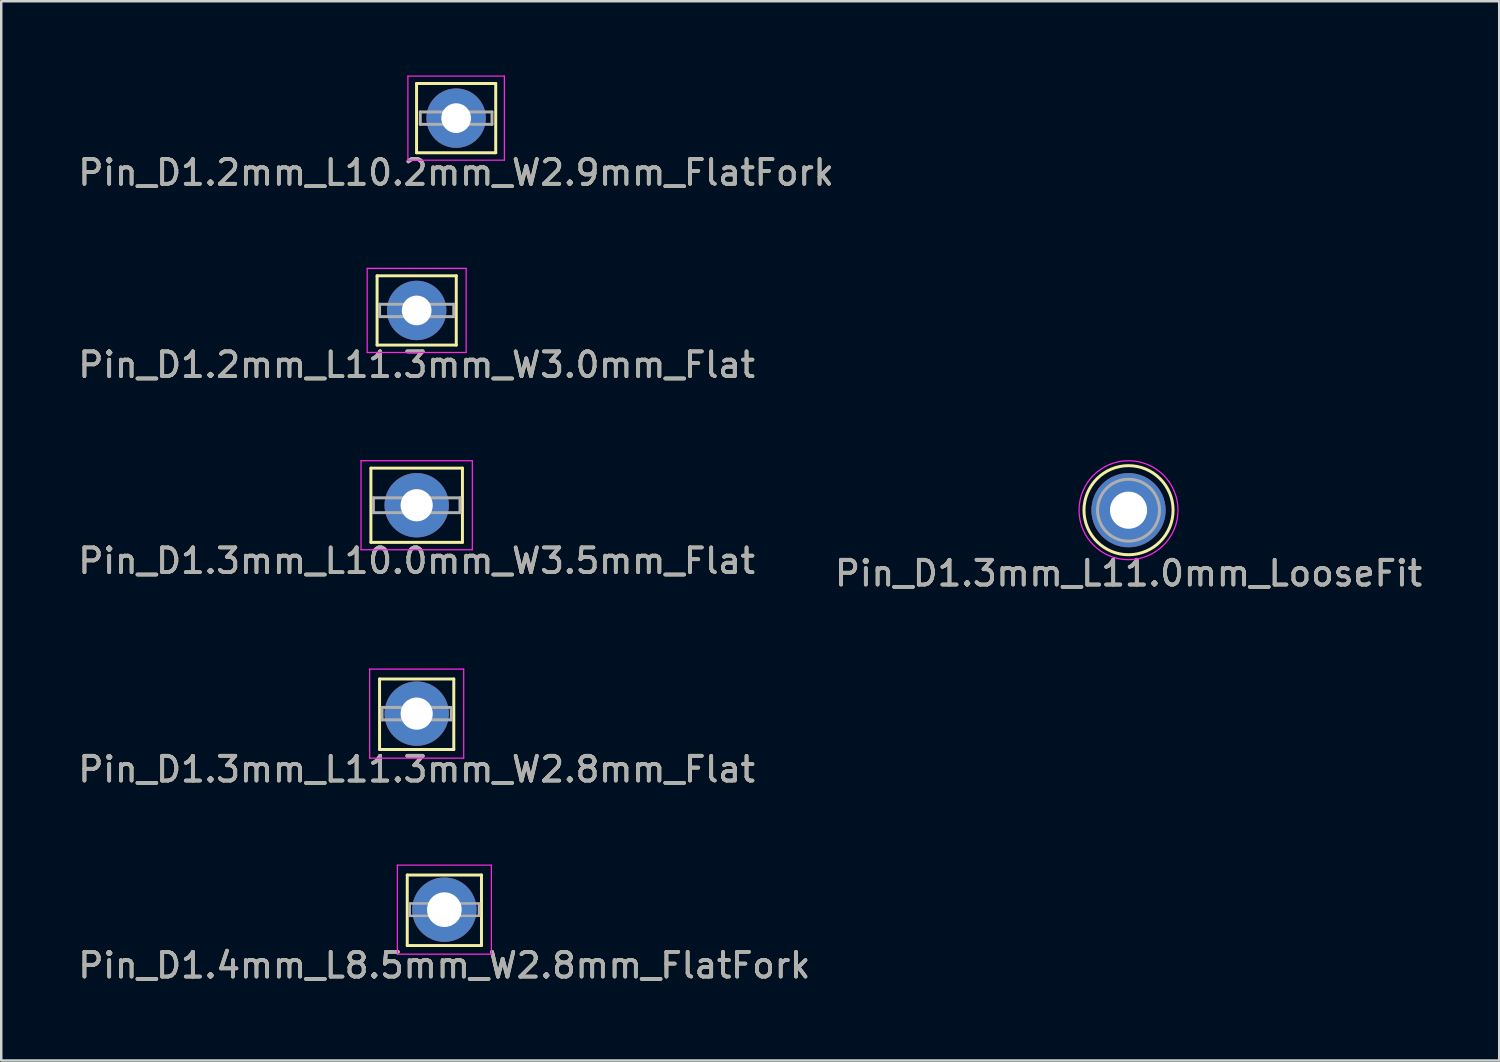
<source format=kicad_pcb>
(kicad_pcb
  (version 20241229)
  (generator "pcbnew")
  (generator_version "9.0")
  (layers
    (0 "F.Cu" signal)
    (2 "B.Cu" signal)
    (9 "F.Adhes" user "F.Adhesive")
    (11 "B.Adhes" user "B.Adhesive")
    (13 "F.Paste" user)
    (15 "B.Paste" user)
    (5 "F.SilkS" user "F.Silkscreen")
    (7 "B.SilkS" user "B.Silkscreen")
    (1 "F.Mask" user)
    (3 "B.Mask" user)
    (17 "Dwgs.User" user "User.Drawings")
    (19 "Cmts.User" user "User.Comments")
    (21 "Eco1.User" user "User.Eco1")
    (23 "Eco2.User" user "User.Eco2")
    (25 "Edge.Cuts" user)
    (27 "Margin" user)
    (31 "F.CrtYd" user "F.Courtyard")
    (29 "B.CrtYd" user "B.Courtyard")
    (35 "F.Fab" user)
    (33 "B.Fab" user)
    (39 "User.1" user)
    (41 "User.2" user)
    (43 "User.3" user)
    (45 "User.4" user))
  (footprint "Pin_D1.3mm_L11.0mm_LooseFit"
    (layer "F.Cu")
    (at 42.565 17.572)
    (property "Reference" "Pin_D1.3mm_L11.0mm_LooseFit" (at 0 2.55 0) (layer "F.SilkS") (effects (font (size 1 1) (thickness 0.15))))
    (attr through_hole)
    (fp_circle (center 0 0) (end 1.8 0.05) (stroke (width 0.12) (type solid)) (fill no) (layer "F.SilkS"))
    (fp_circle (center 0 0) (end 2 0) (stroke (width 0.05) (type solid)) (fill no) (layer "F.CrtYd"))
    (fp_circle (center 0 0) (end 0.65 -0.05) (stroke (width 0.12) (type solid)) (fill no) (layer "F.Fab"))
    (fp_circle (center 0 0) (end 1.25 -0.05) (stroke (width 0.12) (type solid)) (fill no) (layer "F.Fab"))
    (fp_text user "${REFERENCE}" (at 0 2.55 0) (layer "F.Fab") (effects (font (size 1 1) (thickness 0.15))))
    (pad "1" thru_hole circle (at 0 0) (size 3 3) (drill 1.5) (layers "*.Cu" "*.Mask")))
  (footprint "Pin_D1.3mm_L10.0mm_W3.5mm_Flat"
    (layer "F.Cu")
    (at 13.792 17.372)
    (property "Reference" "Pin_D1.3mm_L10.0mm_W3.5mm_Flat" (at 0 2.25 0) (layer "F.SilkS") (effects (font (size 1 1) (thickness 0.15))))
    (attr through_hole)
    (fp_line (start -1.85 -1.5) (end -1.85 1.5) (stroke (width 0.12) (type solid)) (layer "F.SilkS"))
    (fp_line (start -1.85 -1.5) (end 1.85 -1.5) (stroke (width 0.12) (type solid)) (layer "F.SilkS"))
    (fp_line (start 1.85 -1.5) (end 1.85 1.5) (stroke (width 0.12) (type solid)) (layer "F.SilkS"))
    (fp_line (start 1.85 1.5) (end -1.85 1.5) (stroke (width 0.12) (type solid)) (layer "F.SilkS"))
    (fp_line (start -2.25 -1.8) (end -2.25 1.8) (stroke (width 0.05) (type solid)) (layer "F.CrtYd"))
    (fp_line (start -2.25 -1.8) (end 2.25 -1.8) (stroke (width 0.05) (type solid)) (layer "F.CrtYd"))
    (fp_line (start 2.25 1.8) (end -2.25 1.8) (stroke (width 0.05) (type solid)) (layer "F.CrtYd"))
    (fp_line (start 2.25 1.8) (end 2.25 -1.8) (stroke (width 0.05) (type solid)) (layer "F.CrtYd"))
    (fp_line (start -1.75 -0.3) (end 1.75 -0.3) (stroke (width 0.12) (type solid)) (layer "F.Fab"))
    (fp_line (start -1.75 0.3) (end -1.75 -0.3) (stroke (width 0.12) (type solid)) (layer "F.Fab"))
    (fp_line (start 1.75 -0.3) (end 1.75 0.3) (stroke (width 0.12) (type solid)) (layer "F.Fab"))
    (fp_line (start 1.75 0.3) (end -1.75 0.3) (stroke (width 0.12) (type solid)) (layer "F.Fab"))
    (fp_text user "${REFERENCE}" (at 0 2.25 0) (layer "F.Fab") (effects (font (size 1 1) (thickness 0.15))))
    (pad "1" thru_hole circle (at 0 0) (size 2.6 2.6) (drill 1.3) (layers "*.Cu" "*.Mask")))
  (footprint "Pin_D1.3mm_L11.3mm_W2.8mm_Flat"
    (layer "F.Cu")
    (at 13.792 25.795)
    (property "Reference" "Pin_D1.3mm_L11.3mm_W2.8mm_Flat" (at 0 2.25 0) (layer "F.SilkS") (effects (font (size 1 1) (thickness 0.15))))
    (attr through_hole)
    (fp_line (start -1.5 -1.4) (end -1.5 1.45) (stroke (width 0.12) (type solid)) (layer "F.SilkS"))
    (fp_line (start -1.5 -1.4) (end 1.5 -1.4) (stroke (width 0.12) (type solid)) (layer "F.SilkS"))
    (fp_line (start -1.5 1.45) (end 1.5 1.45) (stroke (width 0.12) (type solid)) (layer "F.SilkS"))
    (fp_line (start 1.5 -1.4) (end 1.5 1.45) (stroke (width 0.12) (type solid)) (layer "F.SilkS"))
    (fp_line (start -1.9 -1.8) (end -1.9 1.8) (stroke (width 0.05) (type solid)) (layer "F.CrtYd"))
    (fp_line (start -1.9 -1.8) (end 1.9 -1.8) (stroke (width 0.05) (type solid)) (layer "F.CrtYd"))
    (fp_line (start 1.9 1.8) (end -1.9 1.8) (stroke (width 0.05) (type solid)) (layer "F.CrtYd"))
    (fp_line (start 1.9 1.8) (end 1.9 -1.8) (stroke (width 0.05) (type solid)) (layer "F.CrtYd"))
    (fp_line (start -1.4 -0.25) (end 1.4 -0.25) (stroke (width 0.12) (type solid)) (layer "F.Fab"))
    (fp_line (start -1.4 0.25) (end -1.4 -0.25) (stroke (width 0.12) (type solid)) (layer "F.Fab"))
    (fp_line (start 1.4 -0.25) (end 1.4 0.25) (stroke (width 0.12) (type solid)) (layer "F.Fab"))
    (fp_line (start 1.4 0.25) (end -1.4 0.25) (stroke (width 0.12) (type solid)) (layer "F.Fab"))
    (fp_text user "${REFERENCE}" (at 0 2.25 0) (layer "F.Fab") (effects (font (size 1 1) (thickness 0.15))))
    (pad "1" thru_hole circle (at 0 0) (size 2.6 2.6) (drill 1.3) (layers "*.Cu" "*.Mask")))
  (footprint "Pin_D1.4mm_L8.5mm_W2.8mm_FlatFork"
    (layer "F.Cu")
    (at 14.911 33.718)
    (property "Reference" "Pin_D1.4mm_L8.5mm_W2.8mm_FlatFork" (at 0 2.25 0) (layer "F.SilkS") (effects (font (size 1 1) (thickness 0.15))))
    (attr through_hole)
    (fp_line (start -1.5 -1.4) (end -1.5 1.45) (stroke (width 0.12) (type solid)) (layer "F.SilkS"))
    (fp_line (start -1.5 -1.4) (end 1.5 -1.4) (stroke (width 0.12) (type solid)) (layer "F.SilkS"))
    (fp_line (start -1.5 1.45) (end 1.5 1.45) (stroke (width 0.12) (type solid)) (layer "F.SilkS"))
    (fp_line (start 1.5 -1.4) (end 1.5 1.45) (stroke (width 0.12) (type solid)) (layer "F.SilkS"))
    (fp_line (start -1.9 -1.8) (end -1.9 1.8) (stroke (width 0.05) (type solid)) (layer "F.CrtYd"))
    (fp_line (start -1.9 -1.8) (end 1.9 -1.8) (stroke (width 0.05) (type solid)) (layer "F.CrtYd"))
    (fp_line (start 1.9 1.8) (end -1.9 1.8) (stroke (width 0.05) (type solid)) (layer "F.CrtYd"))
    (fp_line (start 1.9 1.8) (end 1.9 -1.8) (stroke (width 0.05) (type solid)) (layer "F.CrtYd"))
    (fp_line (start -1.4 -0.25) (end 1.4 -0.25) (stroke (width 0.1) (type solid)) (layer "F.Fab"))
    (fp_line (start -1.4 0.25) (end -1.4 -0.25) (stroke (width 0.1) (type solid)) (layer "F.Fab"))
    (fp_line (start 1.4 -0.25) (end 1.4 0.25) (stroke (width 0.1) (type solid)) (layer "F.Fab"))
    (fp_line (start 1.4 0.25) (end -1.4 0.25) (stroke (width 0.1) (type solid)) (layer "F.Fab"))
    (fp_text user "${REFERENCE}" (at 0 2.25 0) (layer "F.Fab") (effects (font (size 1 1) (thickness 0.15))))
    (pad "1" thru_hole circle (at 0 0) (size 2.6 2.6) (drill 1.4) (layers "*.Cu" "*.Mask")))
  (footprint "Pin_D1.2mm_L11.3mm_W3.0mm_Flat"
    (layer "F.Cu")
    (at 13.792 9.498)
    (property "Reference" "Pin_D1.2mm_L11.3mm_W3.0mm_Flat" (at 0 2.2 0) (layer "F.SilkS") (effects (font (size 1 1) (thickness 0.15))))
    (attr through_hole)
    (fp_line (start -1.6 -1.4) (end 1.6 -1.4) (stroke (width 0.12) (type solid)) (layer "F.SilkS"))
    (fp_line (start -1.6 1.4) (end -1.6 -1.4) (stroke (width 0.12) (type solid)) (layer "F.SilkS"))
    (fp_line (start 1.6 -1.4) (end 1.6 1.4) (stroke (width 0.12) (type solid)) (layer "F.SilkS"))
    (fp_line (start 1.6 1.4) (end -1.6 1.4) (stroke (width 0.12) (type solid)) (layer "F.SilkS"))
    (fp_line (start -2 -1.7) (end -2 1.7) (stroke (width 0.05) (type solid)) (layer "F.CrtYd"))
    (fp_line (start -2 -1.7) (end 2 -1.7) (stroke (width 0.05) (type solid)) (layer "F.CrtYd"))
    (fp_line (start 2 1.7) (end -2 1.7) (stroke (width 0.05) (type solid)) (layer "F.CrtYd"))
    (fp_line (start 2 1.7) (end 2 -1.7) (stroke (width 0.05) (type solid)) (layer "F.CrtYd"))
    (fp_line (start -1.5 -0.25) (end 1.5 -0.25) (stroke (width 0.12) (type solid)) (layer "F.Fab"))
    (fp_line (start -1.5 0.25) (end -1.5 -0.25) (stroke (width 0.12) (type solid)) (layer "F.Fab"))
    (fp_line (start 1.5 -0.25) (end 1.5 0.25) (stroke (width 0.12) (type solid)) (layer "F.Fab"))
    (fp_line (start 1.5 0.25) (end -1.5 0.25) (stroke (width 0.12) (type solid)) (layer "F.Fab"))
    (fp_text user "${REFERENCE}" (at 0 2.2 0) (layer "F.Fab") (effects (font (size 1 1) (thickness 0.15))))
    (pad "1" thru_hole circle (at 0 0) (size 2.4 2.4) (drill 1.2) (layers "*.Cu" "*.Mask")))
  (footprint "Pin_D1.2mm_L10.2mm_W2.9mm_FlatFork"
    (layer "F.Cu")
    (at 15.387 1.725)
    (property "Reference" "Pin_D1.2mm_L10.2mm_W2.9mm_FlatFork" (at 0 2.2 0) (layer "F.SilkS") (effects (font (size 1 1) (thickness 0.15))))
    (attr through_hole)
    (fp_line (start -1.6 -1.4) (end 1.6 -1.4) (stroke (width 0.12) (type solid)) (layer "F.SilkS"))
    (fp_line (start -1.6 1.4) (end -1.6 -1.4) (stroke (width 0.12) (type solid)) (layer "F.SilkS"))
    (fp_line (start 1.6 -1.4) (end 1.6 1.4) (stroke (width 0.12) (type solid)) (layer "F.SilkS"))
    (fp_line (start 1.6 1.4) (end -1.6 1.4) (stroke (width 0.12) (type solid)) (layer "F.SilkS"))
    (fp_line (start -1.95 -1.7) (end -1.95 1.7) (stroke (width 0.05) (type solid)) (layer "F.CrtYd"))
    (fp_line (start -1.95 -1.7) (end 1.95 -1.7) (stroke (width 0.05) (type solid)) (layer "F.CrtYd"))
    (fp_line (start 1.95 1.7) (end -1.95 1.7) (stroke (width 0.05) (type solid)) (layer "F.CrtYd"))
    (fp_line (start 1.95 1.7) (end 1.95 -1.7) (stroke (width 0.05) (type solid)) (layer "F.CrtYd"))
    (fp_line (start -1.45 -0.25) (end 1.45 -0.25) (stroke (width 0.12) (type solid)) (layer "F.Fab"))
    (fp_line (start -1.45 0.25) (end -1.45 -0.25) (stroke (width 0.12) (type solid)) (layer "F.Fab"))
    (fp_line (start 1.45 -0.25) (end 1.45 0.25) (stroke (width 0.12) (type solid)) (layer "F.Fab"))
    (fp_line (start 1.45 0.25) (end -1.45 0.25) (stroke (width 0.12) (type solid)) (layer "F.Fab"))
    (fp_text user "${REFERENCE}" (at 0 2.2 0) (layer "F.Fab") (effects (font (size 1 1) (thickness 0.15))))
    (pad "1" thru_hole circle (at 0 0) (size 2.4 2.4) (drill 1.2) (layers "*.Cu" "*.Mask")))
  (gr_rect
    (start -3 -3)
    (end 57.548 39.816)
    (stroke (width 0.1) (type default))
    (fill no)
    (layer "Edge.Cuts")))
</source>
